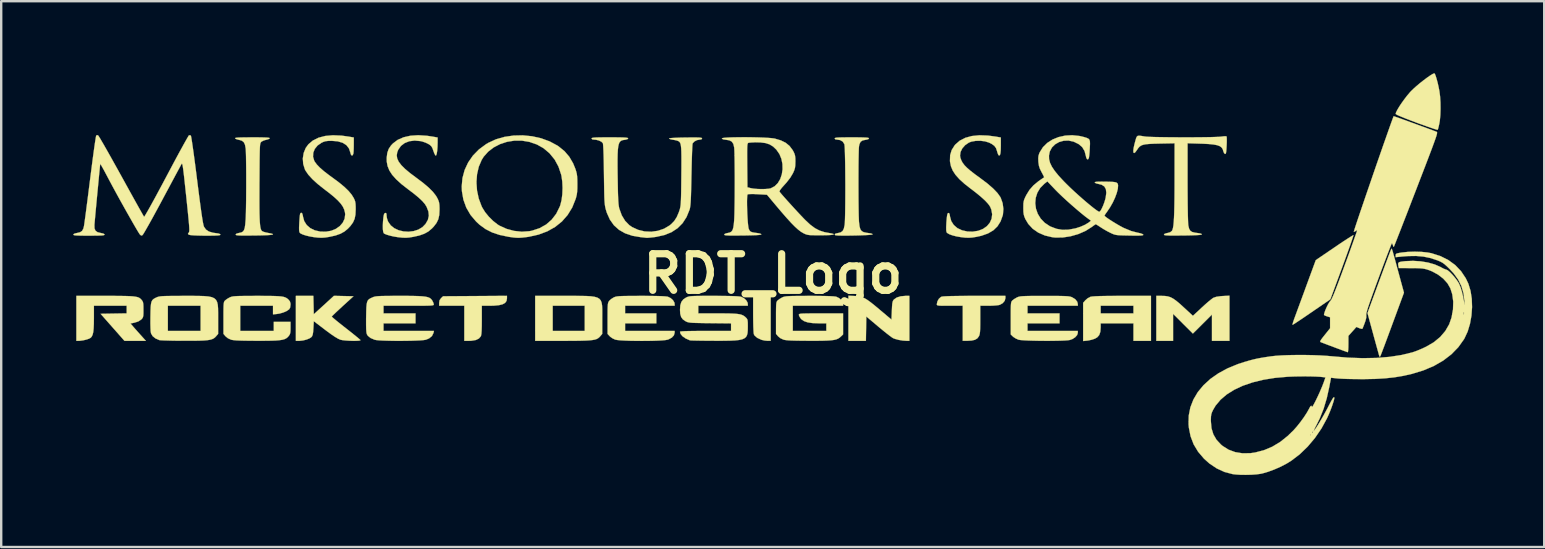
<source format=kicad_pcb>
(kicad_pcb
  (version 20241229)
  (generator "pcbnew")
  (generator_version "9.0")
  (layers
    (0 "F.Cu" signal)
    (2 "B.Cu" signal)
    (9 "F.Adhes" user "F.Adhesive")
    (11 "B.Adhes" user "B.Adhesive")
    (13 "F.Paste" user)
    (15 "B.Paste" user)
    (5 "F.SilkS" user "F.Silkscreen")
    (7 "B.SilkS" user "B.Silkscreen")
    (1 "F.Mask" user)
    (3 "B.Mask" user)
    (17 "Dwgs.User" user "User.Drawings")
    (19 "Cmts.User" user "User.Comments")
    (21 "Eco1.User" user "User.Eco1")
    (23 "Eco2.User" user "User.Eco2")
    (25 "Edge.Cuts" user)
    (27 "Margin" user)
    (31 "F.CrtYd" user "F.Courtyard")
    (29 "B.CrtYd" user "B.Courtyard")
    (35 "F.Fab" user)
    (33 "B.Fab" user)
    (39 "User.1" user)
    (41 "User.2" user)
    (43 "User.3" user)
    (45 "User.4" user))
  (footprint "RDT_Logo"
    (layer "F.Cu")
    (at 29.151 8.355)
    (property "Reference" "RDT_Logo" (at 0 0 0) (layer "F.SilkS") (effects (font (size 1.524 1.524) (thickness 0.3))))
    (attr through_hole)
    (fp_poly (pts (xy -0.095 2.794) (xy -0.23 2.793) (xy -0.351 2.781) (xy -0.469 2.754) (xy -0.484 2.749) (xy -0.653 2.671) (xy -0.761 2.58) (xy -0.795 2.52) (xy -0.804 2.467) (xy -0.811 2.36) (xy -0.818 2.209) (xy -0.822 2.025) (xy -0.825 1.817) (xy -0.826 1.681) (xy -0.826 0.921) (xy -0.095 0.921) (xy -0.095 2.794)) (stroke (width 0.01) (type solid)) (fill yes) (layer "F.SilkS"))
    (fp_poly (pts (xy -11.081 1.025) (xy -11.099 1.13) (xy -11.157 1.211) (xy -11.26 1.27) (xy -11.412 1.308) (xy -11.618 1.328) (xy -11.803 1.333) (xy -12.129 1.333) (xy -12.129 1.929) (xy -12.131 2.179) (xy -12.137 2.37) (xy -12.147 2.504) (xy -12.162 2.585) (xy -12.169 2.603) (xy -12.251 2.698) (xy -12.385 2.761) (xy -12.566 2.791) (xy -12.644 2.794) (xy -12.859 2.794) (xy -12.859 1.333) (xy -13.906 1.333) (xy -13.906 1.212) (xy -13.889 1.101) (xy -13.826 1.015) (xy -13.825 1.014) (xy -13.743 0.937) (xy -11.081 0.919) (xy -11.081 1.025)) (stroke (width 0.01) (type solid)) (fill yes) (layer "F.SilkS"))
    (fp_poly (pts (xy 19.018 2.794) (xy 18.288 2.794) (xy 18.288 1.7) (xy 17.891 2.096) (xy 17.494 2.491) (xy 17.081 2.08) (xy 16.669 1.668) (xy 16.669 2.794) (xy 15.97 2.794) (xy 15.97 0.921) (xy 16.187 0.921) (xy 16.331 0.925) (xy 16.455 0.943) (xy 16.568 0.98) (xy 16.683 1.042) (xy 16.811 1.134) (xy 16.963 1.262) (xy 17.101 1.388) (xy 17.495 1.751) (xy 17.868 1.404) (xy 18.004 1.28) (xy 18.132 1.168) (xy 18.243 1.077) (xy 18.324 1.016) (xy 18.352 0.999) (xy 18.473 0.958) (xy 18.653 0.933) (xy 18.74 0.927) (xy 19.018 0.913) (xy 19.018 2.794)) (stroke (width 0.01) (type solid)) (fill yes) (layer "F.SilkS"))
    (fp_poly (pts (xy 15.748 2.794) (xy 15.018 2.794) (xy 15.018 2.064) (xy 13.652 2.064) (xy 13.652 2.239) (xy 13.638 2.419) (xy 13.592 2.552) (xy 13.509 2.647) (xy 13.413 2.703) (xy 13.29 2.745) (xy 13.15 2.777) (xy 13.094 2.785) (xy 12.922 2.803) (xy 12.922 1.333) (xy 13.652 1.333) (xy 13.652 1.651) (xy 15.018 1.651) (xy 15.018 1.333) (xy 13.652 1.333) (xy 12.922 1.333) (xy 12.922 1.209) (xy 13.016 1.102) (xy 13.106 1.024) (xy 13.211 0.966) (xy 13.234 0.958) (xy 13.301 0.947) (xy 13.42 0.938) (xy 13.594 0.93) (xy 13.824 0.925) (xy 14.114 0.922) (xy 14.464 0.921) (xy 14.553 0.921) (xy 15.748 0.921) (xy 15.748 2.794)) (stroke (width 0.01) (type solid)) (fill yes) (layer "F.SilkS"))
    (fp_poly (pts (xy -8.692 0.921) (xy -8.334 0.921) (xy -8.035 0.922) (xy -7.788 0.926) (xy -7.59 0.937) (xy -7.435 0.959) (xy -7.317 0.993) (xy -7.232 1.043) (xy -7.174 1.112) (xy -7.138 1.204) (xy -7.119 1.32) (xy -7.112 1.465) (xy -7.111 1.64) (xy -7.112 1.846) (xy -7.112 2.503) (xy -7.194 2.601) (xy -7.237 2.647) (xy -7.285 2.686) (xy -7.343 2.717) (xy -7.418 2.742) (xy -7.517 2.76) (xy -7.645 2.774) (xy -7.808 2.783) (xy -8.014 2.789) (xy -8.267 2.793) (xy -8.574 2.794) (xy -8.753 2.794) (xy -9.906 2.794) (xy -9.906 1.333) (xy -9.176 1.333) (xy -9.176 2.381) (xy -7.842 2.381) (xy -7.842 1.333) (xy -9.176 1.333) (xy -9.906 1.333) (xy -9.906 0.921) (xy -8.692 0.921)) (stroke (width 0.01) (type solid)) (fill yes) (layer "F.SilkS"))
    (fp_poly (pts (xy 24.176 -1.577) (xy 24.148 -1.491) (xy 24.103 -1.358) (xy 24.043 -1.183) (xy 23.968 -0.973) (xy 23.882 -0.734) (xy 23.787 -0.472) (xy 23.711 -0.264) (xy 23.222 1.064) (xy 22.446 1.595) (xy 22.249 1.73) (xy 22.07 1.852) (xy 21.913 1.957) (xy 21.787 2.04) (xy 21.697 2.098) (xy 21.651 2.126) (xy 21.647 2.127) (xy 21.646 2.1) (xy 21.665 2.027) (xy 21.699 1.923) (xy 21.714 1.881) (xy 21.746 1.794) (xy 21.797 1.656) (xy 21.863 1.475) (xy 21.942 1.261) (xy 22.03 1.022) (xy 22.124 0.767) (xy 22.209 0.533) (xy 22.614 -0.569) (xy 23.39 -1.097) (xy 23.586 -1.23) (xy 23.765 -1.35) (xy 23.921 -1.451) (xy 24.046 -1.531) (xy 24.134 -1.585) (xy 24.179 -1.609) (xy 24.183 -1.609) (xy 24.176 -1.577)) (stroke (width 0.01) (type solid)) (fill yes) (layer "F.SilkS"))
    (fp_poly (pts (xy 3.405 0.926) (xy 3.526 0.934) (xy 3.631 0.95) (xy 3.73 0.98) (xy 3.832 1.027) (xy 3.945 1.097) (xy 4.078 1.194) (xy 4.241 1.324) (xy 4.442 1.492) (xy 4.445 1.495) (xy 4.937 1.909) (xy 4.953 1.528) (xy 4.961 1.364) (xy 4.97 1.249) (xy 4.984 1.173) (xy 5.003 1.121) (xy 5.032 1.081) (xy 5.041 1.071) (xy 5.158 0.989) (xy 5.323 0.938) (xy 5.52 0.921) (xy 5.683 0.921) (xy 5.683 2.794) (xy 5.561 2.794) (xy 5.407 2.783) (xy 5.239 2.755) (xy 5.087 2.714) (xy 5.006 2.683) (xy 4.952 2.648) (xy 4.858 2.579) (xy 4.734 2.483) (xy 4.589 2.366) (xy 4.432 2.237) (xy 4.397 2.208) (xy 3.889 1.78) (xy 3.872 2.794) (xy 3.143 2.794) (xy 3.143 0.914) (xy 3.405 0.926)) (stroke (width 0.01) (type solid)) (fill yes) (layer "F.SilkS"))
    (fp_poly (pts (xy 25.784 -1.028) (xy 25.799 -0.989) (xy 25.82 -0.921) (xy 25.849 -0.819) (xy 25.889 -0.676) (xy 25.941 -0.487) (xy 26.006 -0.246) (xy 26.048 -0.09) (xy 26.287 0.788) (xy 25.81 2.082) (xy 25.709 2.356) (xy 25.614 2.612) (xy 25.528 2.844) (xy 25.452 3.047) (xy 25.389 3.212) (xy 25.342 3.335) (xy 25.313 3.408) (xy 25.305 3.427) (xy 25.28 3.46) (xy 25.262 3.435) (xy 25.26 3.429) (xy 25.247 3.387) (xy 25.221 3.292) (xy 25.182 3.152) (xy 25.133 2.976) (xy 25.077 2.771) (xy 25.015 2.547) (xy 25.005 2.508) (xy 24.767 1.635) (xy 25.246 0.333) (xy 25.347 0.059) (xy 25.442 -0.198) (xy 25.528 -0.431) (xy 25.604 -0.633) (xy 25.667 -0.8) (xy 25.714 -0.923) (xy 25.743 -0.997) (xy 25.751 -1.016) (xy 25.759 -1.033) (xy 25.766 -1.044) (xy 25.774 -1.045) (xy 25.784 -1.028)) (stroke (width 0.01) (type solid)) (fill yes) (layer "F.SilkS"))
    (fp_poly (pts (xy 9.684 1.014) (xy 9.654 1.127) (xy 9.574 1.223) (xy 9.458 1.29) (xy 9.414 1.303) (xy 9.327 1.315) (xy 9.197 1.326) (xy 9.046 1.332) (xy 8.961 1.333) (xy 8.636 1.333) (xy 8.636 1.913) (xy 8.635 2.127) (xy 8.632 2.289) (xy 8.626 2.407) (xy 8.615 2.492) (xy 8.601 2.554) (xy 8.58 2.603) (xy 8.514 2.692) (xy 8.414 2.751) (xy 8.271 2.783) (xy 8.104 2.792) (xy 7.906 2.794) (xy 7.906 1.333) (xy 7.366 1.333) (xy 7.169 1.333) (xy 7.028 1.332) (xy 6.931 1.328) (xy 6.872 1.32) (xy 6.841 1.308) (xy 6.828 1.291) (xy 6.826 1.267) (xy 6.85 1.151) (xy 6.911 1.043) (xy 6.995 0.968) (xy 7.024 0.955) (xy 7.085 0.945) (xy 7.208 0.937) (xy 7.39 0.93) (xy 7.63 0.926) (xy 7.925 0.922) (xy 8.274 0.921) (xy 8.403 0.921) (xy 9.684 0.921) (xy 9.684 1.014)) (stroke (width 0.01) (type solid)) (fill yes) (layer "F.SilkS"))
    (fp_poly (pts (xy 27.577 -8.321) (xy 27.609 -8.241) (xy 27.646 -8.121) (xy 27.686 -7.974) (xy 27.724 -7.809) (xy 27.758 -7.64) (xy 27.764 -7.608) (xy 27.792 -7.388) (xy 27.808 -7.135) (xy 27.811 -6.87) (xy 27.803 -6.613) (xy 27.782 -6.386) (xy 27.762 -6.266) (xy 27.736 -6.147) (xy 27.712 -6.053) (xy 27.694 -6.002) (xy 27.691 -5.997) (xy 27.657 -6.003) (xy 27.571 -6.028) (xy 27.441 -6.071) (xy 27.275 -6.128) (xy 27.079 -6.198) (xy 26.862 -6.276) (xy 26.805 -6.298) (xy 26.536 -6.399) (xy 26.313 -6.486) (xy 26.14 -6.557) (xy 26.018 -6.611) (xy 25.952 -6.648) (xy 25.94 -6.661) (xy 25.959 -6.728) (xy 26.012 -6.833) (xy 26.091 -6.965) (xy 26.19 -7.114) (xy 26.301 -7.268) (xy 26.416 -7.418) (xy 26.529 -7.552) (xy 26.573 -7.6) (xy 26.679 -7.704) (xy 26.808 -7.82) (xy 26.952 -7.941) (xy 27.1 -8.058) (xy 27.243 -8.165) (xy 27.371 -8.254) (xy 27.474 -8.318) (xy 27.542 -8.349) (xy 27.553 -8.35) (xy 27.577 -8.321)) (stroke (width 0.01) (type solid)) (fill yes) (layer "F.SilkS"))
    (fp_poly (pts (xy -27.491 0.921) (xy -27.214 0.923) (xy -26.988 0.926) (xy -26.808 0.932) (xy -26.667 0.941) (xy -26.558 0.955) (xy -26.476 0.972) (xy -26.414 0.995) (xy -26.367 1.024) (xy -26.328 1.06) (xy -26.303 1.088) (xy -26.267 1.135) (xy -26.244 1.187) (xy -26.232 1.256) (xy -26.227 1.36) (xy -26.226 1.497) (xy -26.226 1.643) (xy -26.231 1.74) (xy -26.244 1.804) (xy -26.267 1.85) (xy -26.303 1.892) (xy -26.315 1.904) (xy -26.437 1.985) (xy -26.584 2.033) (xy -26.764 2.073) (xy -26.645 2.21) (xy -26.569 2.297) (xy -26.467 2.412) (xy -26.36 2.532) (xy -26.325 2.57) (xy -26.124 2.794) (xy -27.016 2.794) (xy -27.514 2.23) (xy -28.011 1.667) (xy -27.468 1.658) (xy -26.924 1.649) (xy -26.924 1.333) (xy -28.289 1.333) (xy -28.289 1.849) (xy -28.292 2.094) (xy -28.301 2.284) (xy -28.316 2.427) (xy -28.341 2.533) (xy -28.375 2.609) (xy -28.419 2.663) (xy -28.49 2.704) (xy -28.603 2.742) (xy -28.736 2.773) (xy -28.869 2.791) (xy -28.93 2.794) (xy -29.02 2.794) (xy -29.02 0.921) (xy -27.825 0.921) (xy -27.491 0.921)) (stroke (width 0.01) (type solid)) (fill yes) (layer "F.SilkS"))
    (fp_poly (pts (xy -17.883 0.928) (xy -17.476 0.937) (xy -17.927 1.349) (xy -18.067 1.479) (xy -18.19 1.593) (xy -18.288 1.687) (xy -18.354 1.753) (xy -18.38 1.783) (xy -18.381 1.784) (xy -18.357 1.809) (xy -18.291 1.867) (xy -18.188 1.953) (xy -18.055 2.06) (xy -17.899 2.184) (xy -17.788 2.271) (xy -17.62 2.403) (xy -17.47 2.523) (xy -17.344 2.625) (xy -17.25 2.703) (xy -17.194 2.752) (xy -17.182 2.765) (xy -17.205 2.78) (xy -17.277 2.79) (xy -17.387 2.794) (xy -17.519 2.794) (xy -17.66 2.789) (xy -17.798 2.78) (xy -17.919 2.767) (xy -18.01 2.75) (xy -18.02 2.747) (xy -18.116 2.705) (xy -18.248 2.627) (xy -18.42 2.51) (xy -18.634 2.352) (xy -18.653 2.337) (xy -19.129 1.975) (xy -19.145 2.27) (xy -19.156 2.424) (xy -19.172 2.527) (xy -19.196 2.595) (xy -19.222 2.632) (xy -19.304 2.69) (xy -19.428 2.74) (xy -19.573 2.777) (xy -19.718 2.794) (xy -19.738 2.794) (xy -19.875 2.794) (xy -19.875 0.921) (xy -19.147 0.921) (xy -19.138 1.304) (xy -19.129 1.686) (xy -18.709 1.303) (xy -18.29 0.919) (xy -17.883 0.928)) (stroke (width 0.01) (type solid)) (fill yes) (layer "F.SilkS"))
    (fp_poly (pts (xy -5.155 0.922) (xy -4.876 0.926) (xy -4.658 0.932) (xy -4.5 0.941) (xy -4.4 0.952) (xy -4.375 0.958) (xy -4.261 1.014) (xy -4.166 1.099) (xy -4.107 1.197) (xy -4.096 1.257) (xy -4.096 1.333) (xy -6.16 1.333) (xy -6.16 1.651) (xy -4.858 1.651) (xy -4.858 2.064) (xy -6.16 2.064) (xy -6.16 2.381) (xy -4.096 2.381) (xy -4.096 2.456) (xy -4.126 2.564) (xy -4.211 2.657) (xy -4.341 2.729) (xy -4.389 2.746) (xy -4.477 2.762) (xy -4.617 2.775) (xy -4.799 2.785) (xy -5.012 2.792) (xy -5.245 2.796) (xy -5.488 2.797) (xy -5.73 2.795) (xy -5.962 2.791) (xy -6.173 2.783) (xy -6.351 2.773) (xy -6.488 2.759) (xy -6.571 2.743) (xy -6.572 2.743) (xy -6.681 2.692) (xy -6.78 2.623) (xy -6.802 2.601) (xy -6.89 2.507) (xy -6.89 1.861) (xy -6.889 1.642) (xy -6.888 1.477) (xy -6.884 1.357) (xy -6.878 1.273) (xy -6.867 1.215) (xy -6.852 1.174) (xy -6.831 1.141) (xy -6.821 1.127) (xy -6.747 1.058) (xy -6.648 0.994) (xy -6.622 0.981) (xy -6.581 0.964) (xy -6.533 0.951) (xy -6.471 0.941) (xy -6.387 0.933) (xy -6.275 0.928) (xy -6.126 0.925) (xy -5.933 0.923) (xy -5.689 0.922) (xy -5.496 0.921) (xy -5.155 0.922)) (stroke (width 0.01) (type solid)) (fill yes) (layer "F.SilkS"))
    (fp_poly (pts (xy 11.603 0.922) (xy 11.831 0.923) (xy 12.011 0.926) (xy 12.149 0.93) (xy 12.252 0.935) (xy 12.329 0.943) (xy 12.387 0.954) (xy 12.433 0.968) (xy 12.466 0.982) (xy 12.596 1.063) (xy 12.676 1.164) (xy 12.7 1.261) (xy 12.7 1.333) (xy 10.604 1.333) (xy 10.604 1.651) (xy 11.938 1.651) (xy 11.938 2.064) (xy 10.604 2.064) (xy 10.604 2.381) (xy 12.7 2.381) (xy 12.7 2.464) (xy 12.671 2.554) (xy 12.593 2.643) (xy 12.481 2.717) (xy 12.369 2.758) (xy 12.287 2.77) (xy 12.153 2.78) (xy 11.978 2.787) (xy 11.771 2.791) (xy 11.544 2.794) (xy 11.306 2.794) (xy 11.068 2.792) (xy 10.84 2.787) (xy 10.633 2.781) (xy 10.456 2.772) (xy 10.32 2.761) (xy 10.236 2.749) (xy 10.228 2.746) (xy 10.118 2.698) (xy 10.017 2.633) (xy 9.997 2.616) (xy 9.906 2.528) (xy 9.906 1.853) (xy 9.906 1.629) (xy 9.907 1.46) (xy 9.911 1.337) (xy 9.916 1.251) (xy 9.926 1.193) (xy 9.939 1.155) (xy 9.958 1.128) (xy 9.977 1.109) (xy 10.053 1.051) (xy 10.152 0.993) (xy 10.176 0.981) (xy 10.216 0.965) (xy 10.263 0.952) (xy 10.323 0.941) (xy 10.404 0.934) (xy 10.514 0.929) (xy 10.66 0.925) (xy 10.848 0.923) (xy 11.087 0.922) (xy 11.319 0.922) (xy 11.603 0.922)) (stroke (width 0.01) (type solid)) (fill yes) (layer "F.SilkS"))
    (fp_poly (pts (xy -23.923 0.923) (xy -23.695 0.93) (xy -23.515 0.946) (xy -23.376 0.975) (xy -23.274 1.021) (xy -23.202 1.087) (xy -23.156 1.176) (xy -23.129 1.292) (xy -23.117 1.439) (xy -23.114 1.621) (xy -23.114 1.841) (xy -23.114 1.863) (xy -23.114 2.503) (xy -23.196 2.601) (xy -23.244 2.651) (xy -23.299 2.693) (xy -23.367 2.725) (xy -23.455 2.75) (xy -23.571 2.768) (xy -23.721 2.78) (xy -23.911 2.787) (xy -24.149 2.791) (xy -24.442 2.791) (xy -24.541 2.791) (xy -24.783 2.79) (xy -25.007 2.787) (xy -25.206 2.782) (xy -25.37 2.777) (xy -25.491 2.771) (xy -25.558 2.764) (xy -25.566 2.762) (xy -25.725 2.693) (xy -25.843 2.597) (xy -25.909 2.484) (xy -25.91 2.482) (xy -25.923 2.402) (xy -25.931 2.265) (xy -25.936 2.08) (xy -25.935 1.854) (xy -25.934 1.773) (xy -25.93 1.549) (xy -25.923 1.379) (xy -25.918 1.333) (xy -25.209 1.333) (xy -25.209 2.381) (xy -23.844 2.381) (xy -23.844 1.333) (xy -25.209 1.333) (xy -25.918 1.333) (xy -25.91 1.254) (xy -25.889 1.164) (xy -25.856 1.101) (xy -25.808 1.054) (xy -25.743 1.015) (xy -25.67 0.98) (xy -25.629 0.964) (xy -25.581 0.951) (xy -25.519 0.941) (xy -25.435 0.933) (xy -25.322 0.928) (xy -25.173 0.925) (xy -24.979 0.923) (xy -24.735 0.922) (xy -24.54 0.921) (xy -24.202 0.921) (xy -23.923 0.923)) (stroke (width 0.01) (type solid)) (fill yes) (layer "F.SilkS"))
    (fp_poly (pts (xy -15.229 0.921) (xy -14.971 0.924) (xy -14.763 0.93) (xy -14.599 0.94) (xy -14.473 0.955) (xy -14.378 0.976) (xy -14.308 1.004) (xy -14.255 1.04) (xy -14.215 1.085) (xy -14.189 1.123) (xy -14.149 1.205) (xy -14.129 1.272) (xy -14.129 1.278) (xy -14.132 1.293) (xy -14.147 1.305) (xy -14.18 1.315) (xy -14.236 1.322) (xy -14.323 1.327) (xy -14.446 1.33) (xy -14.612 1.332) (xy -14.828 1.333) (xy -15.099 1.333) (xy -15.177 1.333) (xy -16.224 1.333) (xy -16.224 1.651) (xy -14.891 1.651) (xy -14.891 2.064) (xy -16.224 2.064) (xy -16.224 2.381) (xy -14.122 2.381) (xy -14.144 2.469) (xy -14.207 2.596) (xy -14.325 2.692) (xy -14.458 2.747) (xy -14.54 2.761) (xy -14.675 2.773) (xy -14.851 2.782) (xy -15.059 2.789) (xy -15.288 2.793) (xy -15.527 2.795) (xy -15.766 2.794) (xy -15.994 2.79) (xy -16.201 2.784) (xy -16.376 2.776) (xy -16.509 2.764) (xy -16.589 2.75) (xy -16.59 2.75) (xy -16.764 2.676) (xy -16.879 2.582) (xy -16.921 2.511) (xy -16.936 2.441) (xy -16.946 2.313) (xy -16.95 2.125) (xy -16.95 1.877) (xy -16.948 1.802) (xy -16.944 1.572) (xy -16.938 1.397) (xy -16.926 1.267) (xy -16.906 1.174) (xy -16.875 1.108) (xy -16.83 1.061) (xy -16.767 1.022) (xy -16.684 0.985) (xy -16.674 0.98) (xy -16.63 0.963) (xy -16.581 0.95) (xy -16.517 0.94) (xy -16.433 0.932) (xy -16.32 0.927) (xy -16.171 0.924) (xy -15.979 0.922) (xy -15.735 0.921) (xy -15.545 0.921) (xy -15.229 0.921)) (stroke (width 0.01) (type solid)) (fill yes) (layer "F.SilkS"))
    (fp_poly (pts (xy -21.19 0.922) (xy -20.945 0.923) (xy -20.749 0.928) (xy -20.595 0.935) (xy -20.477 0.946) (xy -20.387 0.962) (xy -20.318 0.984) (xy -20.263 1.012) (xy -20.215 1.047) (xy -20.185 1.074) (xy -20.124 1.149) (xy -20.1 1.237) (xy -20.098 1.29) (xy -20.114 1.409) (xy -20.153 1.479) (xy -20.252 1.549) (xy -20.392 1.611) (xy -20.551 1.657) (xy -20.656 1.674) (xy -20.828 1.692) (xy -20.828 1.333) (xy -22.193 1.333) (xy -22.193 2.381) (xy -20.796 2.381) (xy -20.796 2) (xy -20.098 2) (xy -20.098 2.252) (xy -20.1 2.384) (xy -20.11 2.471) (xy -20.132 2.533) (xy -20.17 2.589) (xy -20.18 2.601) (xy -20.228 2.652) (xy -20.283 2.693) (xy -20.353 2.726) (xy -20.442 2.75) (xy -20.56 2.768) (xy -20.711 2.781) (xy -20.905 2.788) (xy -21.146 2.791) (xy -21.443 2.792) (xy -21.508 2.792) (xy -21.801 2.79) (xy -22.036 2.787) (xy -22.222 2.782) (xy -22.364 2.775) (xy -22.47 2.765) (xy -22.547 2.753) (xy -22.58 2.744) (xy -22.707 2.686) (xy -22.806 2.605) (xy -22.81 2.601) (xy -22.892 2.503) (xy -22.892 1.84) (xy -22.892 1.619) (xy -22.89 1.452) (xy -22.887 1.331) (xy -22.881 1.247) (xy -22.871 1.19) (xy -22.857 1.153) (xy -22.838 1.126) (xy -22.82 1.109) (xy -22.745 1.051) (xy -22.646 0.993) (xy -22.622 0.981) (xy -22.581 0.965) (xy -22.534 0.951) (xy -22.473 0.941) (xy -22.391 0.934) (xy -22.28 0.928) (xy -22.133 0.925) (xy -21.943 0.923) (xy -21.701 0.922) (xy -21.492 0.921) (xy -21.19 0.922)) (stroke (width 0.01) (type solid)) (fill yes) (layer "F.SilkS"))
    (fp_poly (pts (xy 1.862 0.922) (xy 2.141 0.926) (xy 2.359 0.932) (xy 2.517 0.941) (xy 2.617 0.952) (xy 2.641 0.958) (xy 2.756 1.014) (xy 2.851 1.099) (xy 2.91 1.197) (xy 2.921 1.257) (xy 2.921 1.333) (xy 0.826 1.333) (xy 0.826 2.381) (xy 2.223 2.381) (xy 2.223 2.064) (xy 1.895 2.064) (xy 1.642 2.054) (xy 1.443 2.024) (xy 1.292 1.971) (xy 1.184 1.895) (xy 1.161 1.87) (xy 1.108 1.793) (xy 1.081 1.724) (xy 1.079 1.712) (xy 1.082 1.694) (xy 1.094 1.681) (xy 1.121 1.67) (xy 1.172 1.662) (xy 1.252 1.657) (xy 1.369 1.654) (xy 1.529 1.652) (xy 1.739 1.651) (xy 2 1.651) (xy 2.921 1.651) (xy 2.921 2.528) (xy 2.83 2.615) (xy 2.775 2.663) (xy 2.714 2.702) (xy 2.642 2.732) (xy 2.549 2.755) (xy 2.431 2.771) (xy 2.278 2.782) (xy 2.084 2.789) (xy 1.842 2.792) (xy 1.544 2.792) (xy 1.511 2.792) (xy 1.219 2.79) (xy 0.983 2.787) (xy 0.797 2.782) (xy 0.655 2.775) (xy 0.549 2.765) (xy 0.472 2.753) (xy 0.439 2.744) (xy 0.312 2.686) (xy 0.213 2.605) (xy 0.209 2.601) (xy 0.127 2.503) (xy 0.127 1.84) (xy 0.127 1.619) (xy 0.129 1.452) (xy 0.132 1.331) (xy 0.138 1.247) (xy 0.147 1.19) (xy 0.162 1.153) (xy 0.181 1.126) (xy 0.198 1.109) (xy 0.274 1.051) (xy 0.373 0.993) (xy 0.397 0.981) (xy 0.437 0.964) (xy 0.485 0.951) (xy 0.546 0.941) (xy 0.628 0.934) (xy 0.74 0.928) (xy 0.887 0.925) (xy 1.079 0.923) (xy 1.321 0.922) (xy 1.52 0.921) (xy 1.862 0.922)) (stroke (width 0.01) (type solid)) (fill yes) (layer "F.SilkS"))
    (fp_poly (pts (xy -2.121 0.922) (xy -1.839 0.926) (xy -1.618 0.932) (xy -1.457 0.941) (xy -1.355 0.952) (xy -1.327 0.958) (xy -1.213 1.014) (xy -1.118 1.099) (xy -1.059 1.197) (xy -1.048 1.257) (xy -1.048 1.333) (xy -3.111 1.333) (xy -3.111 1.651) (xy -2.298 1.651) (xy -2.016 1.652) (xy -1.79 1.655) (xy -1.612 1.662) (xy -1.474 1.674) (xy -1.368 1.691) (xy -1.287 1.716) (xy -1.222 1.748) (xy -1.166 1.789) (xy -1.14 1.813) (xy -1.098 1.855) (xy -1.071 1.896) (xy -1.056 1.951) (xy -1.049 2.036) (xy -1.048 2.165) (xy -1.048 2.215) (xy -1.05 2.353) (xy -1.059 2.467) (xy -1.082 2.56) (xy -1.123 2.633) (xy -1.189 2.689) (xy -1.284 2.731) (xy -1.414 2.759) (xy -1.584 2.777) (xy -1.801 2.787) (xy -2.069 2.791) (xy -2.395 2.792) (xy -2.458 2.791) (xy -2.7 2.79) (xy -2.923 2.788) (xy -3.117 2.785) (xy -3.276 2.782) (xy -3.391 2.778) (xy -3.453 2.774) (xy -3.461 2.772) (xy -3.635 2.696) (xy -3.767 2.605) (xy -3.849 2.506) (xy -3.873 2.415) (xy -3.845 2.404) (xy -3.758 2.396) (xy -3.611 2.389) (xy -3.404 2.385) (xy -3.136 2.382) (xy -2.81 2.381) (xy -1.746 2.381) (xy -1.746 2.067) (xy -2.627 2.058) (xy -2.888 2.055) (xy -3.093 2.051) (xy -3.251 2.047) (xy -3.369 2.042) (xy -3.457 2.034) (xy -3.521 2.023) (xy -3.57 2.01) (xy -3.613 1.992) (xy -3.643 1.976) (xy -3.754 1.899) (xy -3.825 1.802) (xy -3.863 1.67) (xy -3.873 1.502) (xy -3.86 1.314) (xy -3.816 1.173) (xy -3.735 1.068) (xy -3.621 0.992) (xy -3.58 0.972) (xy -3.538 0.957) (xy -3.489 0.944) (xy -3.425 0.935) (xy -3.338 0.929) (xy -3.222 0.925) (xy -3.068 0.922) (xy -2.869 0.921) (xy -2.618 0.921) (xy -2.466 0.921) (xy -2.121 0.922)) (stroke (width 0.01) (type solid)) (fill yes) (layer "F.SilkS"))
    (fp_poly (pts (xy 3.523 -5.683) (xy 3.704 -5.68) (xy 3.834 -5.676) (xy 3.922 -5.67) (xy 3.974 -5.661) (xy 3.998 -5.648) (xy 4 -5.64) (xy 3.97 -5.606) (xy 3.881 -5.583) (xy 3.854 -5.58) (xy 3.73 -5.553) (xy 3.651 -5.498) (xy 3.604 -5.402) (xy 3.585 -5.312) (xy 3.579 -5.243) (xy 3.574 -5.118) (xy 3.57 -4.946) (xy 3.566 -4.735) (xy 3.563 -4.493) (xy 3.562 -4.228) (xy 3.561 -3.948) (xy 3.561 -3.662) (xy 3.562 -3.377) (xy 3.563 -3.102) (xy 3.566 -2.845) (xy 3.569 -2.613) (xy 3.573 -2.416) (xy 3.579 -2.261) (xy 3.584 -2.156) (xy 3.585 -2.151) (xy 3.606 -1.978) (xy 3.639 -1.858) (xy 3.694 -1.78) (xy 3.779 -1.733) (xy 3.903 -1.706) (xy 3.957 -1.699) (xy 4.08 -1.681) (xy 4.143 -1.658) (xy 4.15 -1.64) (xy 4.117 -1.63) (xy 4.031 -1.621) (xy 3.902 -1.612) (xy 3.742 -1.605) (xy 3.561 -1.598) (xy 3.369 -1.594) (xy 3.177 -1.591) (xy 2.996 -1.59) (xy 2.837 -1.591) (xy 2.709 -1.594) (xy 2.624 -1.601) (xy 2.593 -1.608) (xy 2.573 -1.645) (xy 2.605 -1.673) (xy 2.693 -1.694) (xy 2.711 -1.696) (xy 2.825 -1.726) (xy 2.902 -1.783) (xy 2.952 -1.879) (xy 2.984 -2.025) (xy 2.986 -2.037) (xy 2.994 -2.123) (xy 3 -2.261) (xy 3.005 -2.443) (xy 3.009 -2.662) (xy 3.012 -2.91) (xy 3.014 -3.18) (xy 3.015 -3.463) (xy 3.015 -3.753) (xy 3.013 -4.042) (xy 3.011 -4.322) (xy 3.008 -4.585) (xy 3.003 -4.824) (xy 2.998 -5.032) (xy 2.992 -5.201) (xy 2.985 -5.323) (xy 2.977 -5.39) (xy 2.975 -5.397) (xy 2.907 -5.506) (xy 2.796 -5.57) (xy 2.675 -5.588) (xy 2.596 -5.6) (xy 2.572 -5.636) (xy 2.579 -5.651) (xy 2.606 -5.663) (xy 2.661 -5.672) (xy 2.749 -5.677) (xy 2.88 -5.681) (xy 3.06 -5.683) (xy 3.286 -5.683) (xy 3.523 -5.683)) (stroke (width 0.01) (type solid)) (fill yes) (layer "F.SilkS"))
    (fp_poly (pts (xy -21.44 -5.683) (xy -21.253 -5.68) (xy -21.118 -5.676) (xy -21.028 -5.669) (xy -20.978 -5.659) (xy -20.962 -5.647) (xy -20.963 -5.644) (xy -21 -5.615) (xy -21.077 -5.589) (xy -21.115 -5.581) (xy -21.217 -5.551) (xy -21.302 -5.507) (xy -21.319 -5.492) (xy -21.333 -5.476) (xy -21.345 -5.456) (xy -21.356 -5.426) (xy -21.364 -5.381) (xy -21.371 -5.315) (xy -21.376 -5.224) (xy -21.38 -5.102) (xy -21.383 -4.944) (xy -21.386 -4.744) (xy -21.388 -4.497) (xy -21.39 -4.198) (xy -21.392 -3.841) (xy -21.393 -3.806) (xy -21.394 -3.402) (xy -21.395 -3.055) (xy -21.394 -2.763) (xy -21.391 -2.52) (xy -21.385 -2.321) (xy -21.378 -2.161) (xy -21.367 -2.036) (xy -21.354 -1.941) (xy -21.338 -1.871) (xy -21.319 -1.822) (xy -21.295 -1.788) (xy -21.29 -1.782) (xy -21.236 -1.753) (xy -21.141 -1.724) (xy -21.035 -1.702) (xy -20.908 -1.678) (xy -20.84 -1.657) (xy -20.83 -1.639) (xy -20.879 -1.625) (xy -20.989 -1.613) (xy -21.16 -1.604) (xy -21.393 -1.598) (xy -21.606 -1.595) (xy -21.852 -1.593) (xy -22.041 -1.592) (xy -22.18 -1.594) (xy -22.278 -1.598) (xy -22.339 -1.605) (xy -22.372 -1.616) (xy -22.383 -1.629) (xy -22.384 -1.633) (xy -22.353 -1.67) (xy -22.26 -1.697) (xy -22.239 -1.701) (xy -22.149 -1.721) (xy -22.084 -1.756) (xy -22.038 -1.816) (xy -22.006 -1.911) (xy -21.985 -2.051) (xy -21.969 -2.243) (xy -21.968 -2.248) (xy -21.962 -2.38) (xy -21.956 -2.561) (xy -21.952 -2.782) (xy -21.948 -3.032) (xy -21.946 -3.304) (xy -21.944 -3.588) (xy -21.944 -3.876) (xy -21.944 -4.159) (xy -21.946 -4.427) (xy -21.949 -4.672) (xy -21.952 -4.885) (xy -21.957 -5.056) (xy -21.963 -5.177) (xy -21.966 -5.216) (xy -21.994 -5.371) (xy -22.041 -5.475) (xy -22.118 -5.54) (xy -22.233 -5.577) (xy -22.256 -5.581) (xy -22.343 -5.604) (xy -22.399 -5.632) (xy -22.408 -5.644) (xy -22.398 -5.657) (xy -22.356 -5.667) (xy -22.275 -5.674) (xy -22.149 -5.679) (xy -21.972 -5.682) (xy -21.74 -5.683) (xy -21.685 -5.683) (xy -21.44 -5.683)) (stroke (width 0.01) (type solid)) (fill yes) (layer "F.SilkS"))
    (fp_poly (pts (xy -10.033 -5.728) (xy -9.658 -5.644) (xy -9.303 -5.514) (xy -8.979 -5.34) (xy -8.933 -5.309) (xy -8.686 -5.109) (xy -8.486 -4.876) (xy -8.326 -4.602) (xy -8.234 -4.378) (xy -8.198 -4.267) (xy -8.173 -4.166) (xy -8.158 -4.058) (xy -8.151 -3.922) (xy -8.149 -3.747) (xy -8.15 -3.561) (xy -8.157 -3.42) (xy -8.172 -3.303) (xy -8.198 -3.192) (xy -8.222 -3.111) (xy -8.363 -2.76) (xy -8.554 -2.449) (xy -8.791 -2.179) (xy -9.073 -1.952) (xy -9.398 -1.769) (xy -9.765 -1.632) (xy -10.171 -1.541) (xy -10.286 -1.525) (xy -10.445 -1.507) (xy -10.57 -1.499) (xy -10.683 -1.5) (xy -10.808 -1.511) (xy -10.966 -1.533) (xy -11.017 -1.541) (xy -11.38 -1.615) (xy -11.695 -1.72) (xy -11.973 -1.861) (xy -12.223 -2.043) (xy -12.363 -2.173) (xy -12.598 -2.45) (xy -12.776 -2.755) (xy -12.896 -3.085) (xy -12.958 -3.439) (xy -12.966 -3.635) (xy -12.951 -3.81) (xy -12.353 -3.81) (xy -12.329 -3.471) (xy -12.258 -3.136) (xy -12.139 -2.817) (xy -12.11 -2.758) (xy -11.994 -2.57) (xy -11.837 -2.378) (xy -11.657 -2.2) (xy -11.473 -2.055) (xy -11.395 -2.006) (xy -11.099 -1.871) (xy -10.784 -1.786) (xy -10.463 -1.752) (xy -10.15 -1.773) (xy -10.039 -1.795) (xy -9.725 -1.898) (xy -9.451 -2.051) (xy -9.219 -2.253) (xy -9.029 -2.5) (xy -8.884 -2.792) (xy -8.86 -2.857) (xy -8.807 -3.066) (xy -8.775 -3.313) (xy -8.765 -3.578) (xy -8.777 -3.84) (xy -8.811 -4.078) (xy -8.823 -4.13) (xy -8.935 -4.463) (xy -9.093 -4.755) (xy -9.3 -5.01) (xy -9.315 -5.026) (xy -9.56 -5.232) (xy -9.832 -5.385) (xy -10.142 -5.492) (xy -10.147 -5.494) (xy -10.46 -5.546) (xy -10.773 -5.546) (xy -11.079 -5.497) (xy -11.368 -5.402) (xy -11.632 -5.265) (xy -11.862 -5.089) (xy -12.051 -4.877) (xy -12.135 -4.742) (xy -12.256 -4.458) (xy -12.328 -4.143) (xy -12.353 -3.81) (xy -12.951 -3.81) (xy -12.935 -3.987) (xy -12.845 -4.322) (xy -12.698 -4.637) (xy -12.499 -4.924) (xy -12.249 -5.18) (xy -11.952 -5.399) (xy -11.867 -5.45) (xy -11.541 -5.601) (xy -11.184 -5.703) (xy -10.807 -5.758) (xy -10.42 -5.767) (xy -10.033 -5.728)) (stroke (width 0.01) (type solid)) (fill yes) (layer "F.SilkS"))
    (fp_poly (pts (xy 8.956 -5.757) (xy 9.281 -5.714) (xy 9.493 -5.677) (xy 9.493 -5.339) (xy 9.489 -5.152) (xy 9.477 -5.023) (xy 9.457 -4.949) (xy 9.427 -4.926) (xy 9.405 -4.933) (xy 9.379 -4.973) (xy 9.35 -5.054) (xy 9.335 -5.108) (xy 9.292 -5.235) (xy 9.222 -5.33) (xy 9.112 -5.41) (xy 9.001 -5.465) (xy 8.833 -5.517) (xy 8.64 -5.541) (xy 8.442 -5.536) (xy 8.263 -5.504) (xy 8.16 -5.464) (xy 8.005 -5.357) (xy 7.888 -5.224) (xy 7.815 -5.075) (xy 7.794 -4.923) (xy 7.807 -4.837) (xy 7.846 -4.729) (xy 7.899 -4.628) (xy 7.975 -4.526) (xy 8.08 -4.419) (xy 8.219 -4.298) (xy 8.399 -4.157) (xy 8.627 -3.991) (xy 8.636 -3.984) (xy 8.932 -3.761) (xy 9.169 -3.556) (xy 9.347 -3.371) (xy 9.466 -3.206) (xy 9.488 -3.166) (xy 9.568 -2.941) (xy 9.599 -2.702) (xy 9.581 -2.47) (xy 9.57 -2.425) (xy 9.481 -2.179) (xy 9.352 -1.975) (xy 9.179 -1.809) (xy 8.958 -1.68) (xy 8.686 -1.584) (xy 8.477 -1.538) (xy 8.303 -1.51) (xy 8.157 -1.5) (xy 8.008 -1.505) (xy 7.842 -1.524) (xy 7.646 -1.557) (xy 7.477 -1.6) (xy 7.343 -1.649) (xy 7.257 -1.701) (xy 7.232 -1.732) (xy 7.218 -1.808) (xy 7.216 -1.944) (xy 7.225 -2.137) (xy 7.227 -2.164) (xy 7.241 -2.325) (xy 7.255 -2.433) (xy 7.271 -2.497) (xy 7.292 -2.527) (xy 7.306 -2.533) (xy 7.339 -2.524) (xy 7.361 -2.474) (xy 7.375 -2.387) (xy 7.428 -2.194) (xy 7.532 -2.032) (xy 7.683 -1.902) (xy 7.874 -1.811) (xy 8.099 -1.761) (xy 8.32 -1.754) (xy 8.553 -1.791) (xy 8.753 -1.87) (xy 8.916 -1.985) (xy 9.036 -2.13) (xy 9.11 -2.297) (xy 9.132 -2.481) (xy 9.097 -2.675) (xy 9.047 -2.794) (xy 8.968 -2.909) (xy 8.837 -3.05) (xy 8.656 -3.214) (xy 8.431 -3.398) (xy 8.252 -3.534) (xy 7.983 -3.744) (xy 7.77 -3.937) (xy 7.607 -4.119) (xy 7.49 -4.297) (xy 7.415 -4.476) (xy 7.377 -4.662) (xy 7.373 -4.703) (xy 7.381 -4.942) (xy 7.445 -5.154) (xy 7.566 -5.347) (xy 7.597 -5.384) (xy 7.781 -5.545) (xy 8.01 -5.663) (xy 8.283 -5.738) (xy 8.599 -5.77) (xy 8.956 -5.757)) (stroke (width 0.01) (type solid)) (fill yes) (layer "F.SilkS"))
    (fp_poly (pts (xy -17.972 -5.755) (xy -17.675 -5.714) (xy -17.462 -5.677) (xy -17.463 -5.37) (xy -17.465 -5.229) (xy -17.47 -5.106) (xy -17.478 -5.018) (xy -17.483 -4.993) (xy -17.514 -4.932) (xy -17.552 -4.928) (xy -17.587 -4.977) (xy -17.604 -5.043) (xy -17.663 -5.22) (xy -17.771 -5.359) (xy -17.929 -5.458) (xy -18.135 -5.518) (xy -18.383 -5.538) (xy -18.529 -5.535) (xy -18.634 -5.523) (xy -18.722 -5.497) (xy -18.812 -5.455) (xy -18.973 -5.342) (xy -19.087 -5.202) (xy -19.15 -5.044) (xy -19.16 -4.877) (xy -19.112 -4.713) (xy -19.087 -4.667) (xy -18.999 -4.549) (xy -18.872 -4.417) (xy -18.699 -4.267) (xy -18.476 -4.096) (xy -18.354 -4.008) (xy -18.078 -3.803) (xy -17.856 -3.62) (xy -17.683 -3.453) (xy -17.554 -3.299) (xy -17.472 -3.168) (xy -17.43 -3.083) (xy -17.404 -3.006) (xy -17.39 -2.917) (xy -17.384 -2.798) (xy -17.383 -2.683) (xy -17.393 -2.465) (xy -17.428 -2.289) (xy -17.496 -2.137) (xy -17.603 -1.99) (xy -17.7 -1.886) (xy -17.845 -1.764) (xy -18.015 -1.669) (xy -18.222 -1.595) (xy -18.479 -1.538) (xy -18.654 -1.51) (xy -18.801 -1.5) (xy -18.951 -1.506) (xy -19.113 -1.524) (xy -19.291 -1.554) (xy -19.454 -1.593) (xy -19.588 -1.636) (xy -19.68 -1.68) (xy -19.711 -1.706) (xy -19.73 -1.747) (xy -19.74 -1.815) (xy -19.742 -1.923) (xy -19.735 -2.079) (xy -19.733 -2.127) (xy -19.722 -2.295) (xy -19.712 -2.411) (xy -19.701 -2.483) (xy -19.686 -2.522) (xy -19.665 -2.537) (xy -19.64 -2.54) (xy -19.609 -2.51) (xy -19.586 -2.426) (xy -19.58 -2.387) (xy -19.528 -2.194) (xy -19.423 -2.03) (xy -19.273 -1.9) (xy -19.083 -1.808) (xy -18.859 -1.758) (xy -18.626 -1.753) (xy -18.404 -1.791) (xy -18.208 -1.871) (xy -18.044 -1.987) (xy -17.921 -2.13) (xy -17.844 -2.295) (xy -17.821 -2.474) (xy -17.829 -2.549) (xy -17.861 -2.673) (xy -17.917 -2.795) (xy -18.004 -2.92) (xy -18.125 -3.054) (xy -18.287 -3.203) (xy -18.495 -3.372) (xy -18.706 -3.533) (xy -18.968 -3.741) (xy -19.186 -3.941) (xy -19.356 -4.127) (xy -19.472 -4.295) (xy -19.5 -4.349) (xy -19.57 -4.573) (xy -19.586 -4.805) (xy -19.55 -5.032) (xy -19.465 -5.241) (xy -19.355 -5.392) (xy -19.166 -5.552) (xy -18.931 -5.668) (xy -18.653 -5.741) (xy -18.332 -5.77) (xy -17.972 -5.755)) (stroke (width 0.01) (type solid)) (fill yes) (layer "F.SilkS"))
    (fp_poly (pts (xy -14.415 -5.749) (xy -14.168 -5.712) (xy -13.97 -5.676) (xy -13.97 -5.466) (xy -13.975 -5.285) (xy -13.987 -5.13) (xy -14.005 -5.012) (xy -14.027 -4.94) (xy -14.047 -4.921) (xy -14.074 -4.949) (xy -14.111 -5.022) (xy -14.146 -5.119) (xy -14.187 -5.234) (xy -14.23 -5.309) (xy -14.291 -5.366) (xy -14.351 -5.405) (xy -14.466 -5.461) (xy -14.606 -5.509) (xy -14.684 -5.527) (xy -14.93 -5.549) (xy -15.151 -5.521) (xy -15.342 -5.446) (xy -15.497 -5.328) (xy -15.61 -5.169) (xy -15.653 -5.06) (xy -15.673 -4.932) (xy -15.654 -4.803) (xy -15.592 -4.669) (xy -15.484 -4.526) (xy -15.328 -4.37) (xy -15.121 -4.196) (xy -14.864 -4.004) (xy -14.575 -3.787) (xy -14.343 -3.59) (xy -14.163 -3.41) (xy -14.034 -3.243) (xy -13.977 -3.143) (xy -13.935 -3.05) (xy -13.909 -2.965) (xy -13.896 -2.866) (xy -13.891 -2.734) (xy -13.891 -2.667) (xy -13.902 -2.448) (xy -13.942 -2.27) (xy -14.018 -2.114) (xy -14.137 -1.96) (xy -14.208 -1.886) (xy -14.353 -1.764) (xy -14.523 -1.669) (xy -14.73 -1.595) (xy -14.986 -1.538) (xy -15.15 -1.511) (xy -15.289 -1.5) (xy -15.429 -1.504) (xy -15.598 -1.521) (xy -15.637 -1.526) (xy -15.795 -1.552) (xy -15.95 -1.587) (xy -16.083 -1.626) (xy -16.18 -1.665) (xy -16.21 -1.684) (xy -16.235 -1.739) (xy -16.25 -1.845) (xy -16.253 -1.991) (xy -16.246 -2.167) (xy -16.229 -2.349) (xy -16.21 -2.458) (xy -16.184 -2.516) (xy -16.153 -2.534) (xy -16.116 -2.529) (xy -16.1 -2.485) (xy -16.097 -2.425) (xy -16.083 -2.32) (xy -16.046 -2.204) (xy -16.032 -2.172) (xy -15.924 -2.017) (xy -15.774 -1.897) (xy -15.592 -1.812) (xy -15.39 -1.764) (xy -15.178 -1.752) (xy -14.97 -1.777) (xy -14.774 -1.84) (xy -14.603 -1.942) (xy -14.472 -2.077) (xy -14.375 -2.247) (xy -14.336 -2.415) (xy -14.353 -2.591) (xy -14.428 -2.787) (xy -14.432 -2.794) (xy -14.502 -2.907) (xy -14.611 -3.032) (xy -14.76 -3.173) (xy -14.957 -3.336) (xy -15.199 -3.519) (xy -15.474 -3.733) (xy -15.693 -3.932) (xy -15.861 -4.119) (xy -15.98 -4.302) (xy -16.055 -4.486) (xy -16.09 -4.676) (xy -16.092 -4.833) (xy -16.066 -5.036) (xy -16.009 -5.199) (xy -15.912 -5.344) (xy -15.832 -5.429) (xy -15.633 -5.579) (xy -15.389 -5.686) (xy -15.102 -5.751) (xy -14.777 -5.772) (xy -14.415 -5.749)) (stroke (width 0.01) (type solid)) (fill yes) (layer "F.SilkS"))
    (fp_poly (pts (xy 15.341 -5.743) (xy 15.484 -5.72) (xy 15.494 -5.718) (xy 15.577 -5.71) (xy 15.714 -5.703) (xy 15.898 -5.697) (xy 16.12 -5.693) (xy 16.372 -5.689) (xy 16.646 -5.686) (xy 16.932 -5.685) (xy 17.223 -5.684) (xy 17.509 -5.685) (xy 17.784 -5.687) (xy 18.038 -5.69) (xy 18.263 -5.694) (xy 18.45 -5.7) (xy 18.592 -5.706) (xy 18.679 -5.714) (xy 18.684 -5.715) (xy 18.788 -5.728) (xy 18.865 -5.73) (xy 18.895 -5.722) (xy 18.903 -5.683) (xy 18.906 -5.594) (xy 18.905 -5.469) (xy 18.9 -5.34) (xy 18.891 -5.183) (xy 18.881 -5.079) (xy 18.869 -5.02) (xy 18.852 -4.994) (xy 18.832 -4.991) (xy 18.793 -5.027) (xy 18.762 -5.101) (xy 18.76 -5.111) (xy 18.733 -5.197) (xy 18.685 -5.265) (xy 18.611 -5.318) (xy 18.502 -5.357) (xy 18.353 -5.385) (xy 18.156 -5.405) (xy 17.905 -5.418) (xy 17.82 -5.42) (xy 17.272 -5.437) (xy 17.272 -3.822) (xy 17.273 -3.499) (xy 17.275 -3.19) (xy 17.277 -2.902) (xy 17.281 -2.642) (xy 17.285 -2.418) (xy 17.291 -2.235) (xy 17.296 -2.101) (xy 17.302 -2.023) (xy 17.303 -2.016) (xy 17.334 -1.884) (xy 17.382 -1.796) (xy 17.461 -1.742) (xy 17.583 -1.711) (xy 17.669 -1.7) (xy 17.794 -1.681) (xy 17.858 -1.658) (xy 17.866 -1.64) (xy 17.841 -1.627) (xy 17.77 -1.617) (xy 17.65 -1.609) (xy 17.477 -1.602) (xy 17.247 -1.597) (xy 17.071 -1.595) (xy 16.823 -1.593) (xy 16.632 -1.592) (xy 16.491 -1.594) (xy 16.392 -1.599) (xy 16.33 -1.606) (xy 16.298 -1.616) (xy 16.288 -1.63) (xy 16.288 -1.631) (xy 16.318 -1.666) (xy 16.406 -1.693) (xy 16.431 -1.697) (xy 16.547 -1.729) (xy 16.618 -1.786) (xy 16.625 -1.795) (xy 16.647 -1.843) (xy 16.666 -1.917) (xy 16.683 -2.02) (xy 16.696 -2.158) (xy 16.707 -2.333) (xy 16.716 -2.551) (xy 16.722 -2.815) (xy 16.727 -3.13) (xy 16.73 -3.5) (xy 16.731 -3.928) (xy 16.731 -3.98) (xy 16.732 -5.436) (xy 16.105 -5.424) (xy 15.859 -5.418) (xy 15.668 -5.408) (xy 15.522 -5.394) (xy 15.412 -5.371) (xy 15.33 -5.337) (xy 15.266 -5.29) (xy 15.212 -5.228) (xy 15.165 -5.158) (xy 15.097 -5.065) (xy 15.048 -5.029) (xy 15.019 -5.048) (xy 15.011 -5.118) (xy 15.024 -5.236) (xy 15.06 -5.399) (xy 15.091 -5.516) (xy 15.123 -5.63) (xy 15.151 -5.703) (xy 15.188 -5.741) (xy 15.247 -5.753) (xy 15.341 -5.743)) (stroke (width 0.01) (type solid)) (fill yes) (layer "F.SilkS"))
    (fp_poly (pts (xy 25.888 -6.555) (xy 25.969 -6.527) (xy 26.093 -6.484) (xy 26.252 -6.427) (xy 26.437 -6.36) (xy 26.639 -6.286) (xy 26.852 -6.209) (xy 27.065 -6.131) (xy 27.272 -6.055) (xy 27.463 -5.984) (xy 27.63 -5.921) (xy 27.644 -5.916) (xy 27.656 -5.909) (xy 27.664 -5.898) (xy 27.667 -5.877) (xy 27.663 -5.844) (xy 27.652 -5.793) (xy 27.631 -5.722) (xy 27.599 -5.627) (xy 27.555 -5.503) (xy 27.498 -5.347) (xy 27.427 -5.155) (xy 27.339 -4.924) (xy 27.234 -4.648) (xy 27.11 -4.325) (xy 26.965 -3.95) (xy 26.8 -3.52) (xy 26.797 -3.513) (xy 26.654 -3.143) (xy 26.518 -2.79) (xy 26.39 -2.459) (xy 26.271 -2.155) (xy 26.165 -1.88) (xy 26.071 -1.641) (xy 25.993 -1.442) (xy 25.932 -1.287) (xy 25.889 -1.18) (xy 25.867 -1.126) (xy 25.864 -1.12) (xy 25.846 -1.134) (xy 25.827 -1.187) (xy 25.804 -1.248) (xy 25.783 -1.27) (xy 25.768 -1.241) (xy 25.734 -1.158) (xy 25.682 -1.027) (xy 25.615 -0.854) (xy 25.535 -0.644) (xy 25.444 -0.403) (xy 25.344 -0.137) (xy 25.239 0.149) (xy 25.23 0.174) (xy 25.103 0.518) (xy 24.998 0.808) (xy 24.912 1.048) (xy 24.844 1.243) (xy 24.792 1.397) (xy 24.755 1.517) (xy 24.731 1.605) (xy 24.719 1.668) (xy 24.716 1.71) (xy 24.718 1.722) (xy 24.718 1.822) (xy 24.685 1.957) (xy 24.653 2.047) (xy 24.611 2.157) (xy 24.577 2.243) (xy 24.557 2.289) (xy 24.556 2.291) (xy 24.521 2.294) (xy 24.45 2.275) (xy 24.424 2.265) (xy 24.306 2.215) (xy 24.139 2.402) (xy 23.973 2.588) (xy 23.972 2.929) (xy 23.97 3.067) (xy 23.964 3.178) (xy 23.955 3.249) (xy 23.947 3.268) (xy 23.911 3.256) (xy 23.826 3.226) (xy 23.701 3.181) (xy 23.547 3.123) (xy 23.4 3.068) (xy 23.226 3.003) (xy 23.069 2.944) (xy 22.942 2.895) (xy 22.854 2.862) (xy 22.819 2.849) (xy 22.799 2.833) (xy 22.802 2.803) (xy 22.832 2.749) (xy 22.894 2.665) (xy 22.986 2.549) (xy 23.209 2.271) (xy 23.209 1.812) (xy 23.082 1.774) (xy 23.004 1.745) (xy 22.959 1.719) (xy 22.955 1.711) (xy 22.97 1.636) (xy 23.008 1.526) (xy 23.061 1.401) (xy 23.12 1.282) (xy 23.175 1.187) (xy 23.211 1.143) (xy 23.236 1.114) (xy 23.266 1.064) (xy 23.303 0.989) (xy 23.349 0.884) (xy 23.406 0.745) (xy 23.476 0.566) (xy 23.561 0.343) (xy 23.663 0.071) (xy 23.783 -0.255) (xy 23.823 -0.365) (xy 23.928 -0.651) (xy 24.025 -0.918) (xy 24.112 -1.161) (xy 24.188 -1.374) (xy 24.25 -1.551) (xy 24.297 -1.685) (xy 24.326 -1.773) (xy 24.335 -1.806) (xy 24.334 -1.806) (xy 24.304 -1.8) (xy 24.275 -1.78) (xy 24.221 -1.752) (xy 24.197 -1.751) (xy 24.205 -1.781) (xy 24.231 -1.866) (xy 24.274 -2) (xy 24.333 -2.177) (xy 24.405 -2.392) (xy 24.489 -2.64) (xy 24.583 -2.914) (xy 24.684 -3.211) (xy 24.791 -3.523) (xy 24.902 -3.846) (xy 25.015 -4.175) (xy 25.128 -4.503) (xy 25.24 -4.825) (xy 25.348 -5.136) (xy 25.451 -5.431) (xy 25.547 -5.703) (xy 25.633 -5.948) (xy 25.708 -6.159) (xy 25.77 -6.332) (xy 25.817 -6.461) (xy 25.847 -6.54) (xy 25.858 -6.564) (xy 25.888 -6.555)) (stroke (width 0.01) (type solid)) (fill yes) (layer "F.SilkS"))
    (fp_poly (pts (xy -6.549 -5.683) (xy -6.36 -5.681) (xy -6.221 -5.677) (xy -6.126 -5.671) (xy -6.067 -5.662) (xy -6.038 -5.651) (xy -6.032 -5.64) (xy -6.063 -5.606) (xy -6.153 -5.583) (xy -6.182 -5.579) (xy -6.252 -5.569) (xy -6.31 -5.55) (xy -6.358 -5.518) (xy -6.396 -5.468) (xy -6.425 -5.395) (xy -6.447 -5.292) (xy -6.462 -5.156) (xy -6.471 -4.98) (xy -6.475 -4.759) (xy -6.475 -4.489) (xy -6.472 -4.164) (xy -6.468 -3.934) (xy -6.463 -3.631) (xy -6.458 -3.384) (xy -6.451 -3.187) (xy -6.443 -3.031) (xy -6.434 -2.91) (xy -6.422 -2.816) (xy -6.408 -2.742) (xy -6.401 -2.715) (xy -6.299 -2.435) (xy -6.161 -2.207) (xy -5.986 -2.027) (xy -5.869 -1.946) (xy -5.616 -1.829) (xy -5.345 -1.764) (xy -5.067 -1.752) (xy -4.793 -1.79) (xy -4.535 -1.878) (xy -4.303 -2.016) (xy -4.236 -2.071) (xy -4.11 -2.203) (xy -4.009 -2.36) (xy -3.923 -2.56) (xy -3.902 -2.622) (xy -3.883 -2.68) (xy -3.868 -2.737) (xy -3.856 -2.799) (xy -3.846 -2.873) (xy -3.839 -2.967) (xy -3.833 -3.087) (xy -3.828 -3.24) (xy -3.824 -3.434) (xy -3.821 -3.675) (xy -3.818 -3.97) (xy -3.817 -4.076) (xy -3.814 -4.408) (xy -3.813 -4.683) (xy -3.814 -4.907) (xy -3.817 -5.084) (xy -3.823 -5.222) (xy -3.834 -5.325) (xy -3.848 -5.4) (xy -3.867 -5.453) (xy -3.891 -5.489) (xy -3.921 -5.514) (xy -3.947 -5.53) (xy -4.016 -5.554) (xy -4.119 -5.576) (xy -4.173 -5.584) (xy -4.262 -5.601) (xy -4.317 -5.622) (xy -4.326 -5.636) (xy -4.292 -5.647) (xy -4.2 -5.657) (xy -4.054 -5.665) (xy -3.86 -5.672) (xy -3.635 -5.676) (xy -3.408 -5.678) (xy -3.236 -5.679) (xy -3.113 -5.676) (xy -3.031 -5.671) (xy -2.982 -5.663) (xy -2.958 -5.651) (xy -2.953 -5.636) (xy -2.979 -5.599) (xy -3.051 -5.588) (xy -3.163 -5.568) (xy -3.266 -5.516) (xy -3.337 -5.445) (xy -3.35 -5.416) (xy -3.355 -5.37) (xy -3.361 -5.269) (xy -3.368 -5.118) (xy -3.375 -4.925) (xy -3.382 -4.698) (xy -3.388 -4.444) (xy -3.394 -4.169) (xy -3.396 -4.096) (xy -3.402 -3.769) (xy -3.409 -3.5) (xy -3.415 -3.281) (xy -3.422 -3.106) (xy -3.43 -2.968) (xy -3.439 -2.862) (xy -3.45 -2.779) (xy -3.462 -2.715) (xy -3.476 -2.667) (xy -3.6 -2.364) (xy -3.766 -2.107) (xy -3.974 -1.898) (xy -4.225 -1.733) (xy -4.521 -1.614) (xy -4.862 -1.538) (xy -4.937 -1.527) (xy -5.067 -1.512) (xy -5.174 -1.502) (xy -5.241 -1.497) (xy -5.255 -1.497) (xy -5.3 -1.502) (xy -5.39 -1.512) (xy -5.505 -1.524) (xy -5.512 -1.525) (xy -5.859 -1.584) (xy -6.16 -1.686) (xy -6.414 -1.831) (xy -6.624 -2.019) (xy -6.792 -2.254) (xy -6.919 -2.535) (xy -6.958 -2.661) (xy -6.976 -2.727) (xy -6.99 -2.793) (xy -7.002 -2.867) (xy -7.011 -2.955) (xy -7.019 -3.064) (xy -7.025 -3.202) (xy -7.029 -3.375) (xy -7.033 -3.592) (xy -7.037 -3.858) (xy -7.041 -4.143) (xy -7.045 -4.443) (xy -7.05 -4.714) (xy -7.056 -4.951) (xy -7.063 -5.148) (xy -7.071 -5.3) (xy -7.079 -5.399) (xy -7.086 -5.44) (xy -7.148 -5.501) (xy -7.251 -5.552) (xy -7.374 -5.583) (xy -7.444 -5.588) (xy -7.527 -5.598) (xy -7.556 -5.631) (xy -7.556 -5.636) (xy -7.549 -5.651) (xy -7.523 -5.662) (xy -7.47 -5.671) (xy -7.383 -5.677) (xy -7.256 -5.681) (xy -7.081 -5.683) (xy -6.851 -5.683) (xy -6.795 -5.683) (xy -6.549 -5.683)) (stroke (width 0.01) (type solid)) (fill yes) (layer "F.SilkS"))
    (fp_poly (pts (xy -1.071 -5.688) (xy -0.84 -5.685) (xy -0.616 -5.68) (xy -0.407 -5.673) (xy -0.221 -5.663) (xy -0.068 -5.651) (xy 0.045 -5.637) (xy 0.073 -5.632) (xy 0.327 -5.557) (xy 0.53 -5.457) (xy 0.691 -5.325) (xy 0.819 -5.154) (xy 0.852 -5.096) (xy 0.895 -5.005) (xy 0.92 -4.92) (xy 0.932 -4.819) (xy 0.935 -4.678) (xy 0.934 -4.667) (xy 0.93 -4.522) (xy 0.917 -4.413) (xy 0.888 -4.315) (xy 0.838 -4.2) (xy 0.829 -4.183) (xy 0.721 -4.002) (xy 0.567 -3.804) (xy 0.488 -3.716) (xy 0.37 -3.584) (xy 0.297 -3.489) (xy 0.271 -3.432) (xy 0.273 -3.422) (xy 0.308 -3.376) (xy 0.379 -3.292) (xy 0.479 -3.178) (xy 0.601 -3.041) (xy 0.736 -2.892) (xy 0.878 -2.736) (xy 1.019 -2.583) (xy 1.152 -2.441) (xy 1.269 -2.318) (xy 1.349 -2.236) (xy 1.556 -2.043) (xy 1.749 -1.9) (xy 1.941 -1.8) (xy 2.146 -1.734) (xy 2.301 -1.705) (xy 2.44 -1.681) (xy 2.517 -1.66) (xy 2.533 -1.641) (xy 2.49 -1.626) (xy 2.389 -1.614) (xy 2.232 -1.607) (xy 2.019 -1.603) (xy 1.982 -1.603) (xy 1.784 -1.604) (xy 1.638 -1.606) (xy 1.531 -1.611) (xy 1.451 -1.622) (xy 1.387 -1.638) (xy 1.327 -1.662) (xy 1.269 -1.69) (xy 1.166 -1.751) (xy 1.048 -1.841) (xy 0.912 -1.965) (xy 0.753 -2.126) (xy 0.569 -2.328) (xy 0.354 -2.575) (xy 0.179 -2.781) (xy -0.249 -3.292) (xy -0.638 -3.314) (xy -0.816 -3.322) (xy -0.95 -3.321) (xy -1.034 -3.314) (xy -1.057 -3.305) (xy -1.07 -3.261) (xy -1.077 -3.164) (xy -1.081 -3.028) (xy -1.08 -2.862) (xy -1.076 -2.679) (xy -1.069 -2.49) (xy -1.059 -2.307) (xy -1.047 -2.14) (xy -1.033 -2.003) (xy -1.018 -1.905) (xy -1.008 -1.868) (xy -0.975 -1.803) (xy -0.935 -1.759) (xy -0.873 -1.732) (xy -0.775 -1.712) (xy -0.657 -1.697) (xy -0.549 -1.678) (xy -0.492 -1.655) (xy -0.485 -1.639) (xy -0.515 -1.626) (xy -0.595 -1.616) (xy -0.73 -1.607) (xy -0.921 -1.601) (xy -1.172 -1.596) (xy -1.265 -1.595) (xy -1.51 -1.593) (xy -1.698 -1.592) (xy -1.837 -1.594) (xy -1.933 -1.599) (xy -1.993 -1.606) (xy -2.023 -1.617) (xy -2.032 -1.631) (xy -2.001 -1.666) (xy -1.914 -1.693) (xy -1.889 -1.697) (xy -1.797 -1.718) (xy -1.73 -1.757) (xy -1.683 -1.823) (xy -1.652 -1.925) (xy -1.63 -2.075) (xy -1.617 -2.215) (xy -1.611 -2.331) (xy -1.605 -2.497) (xy -1.601 -2.704) (xy -1.597 -2.942) (xy -1.594 -3.205) (xy -1.593 -3.483) (xy -1.592 -3.768) (xy -1.592 -4.052) (xy -1.594 -4.325) (xy -1.596 -4.58) (xy -1.599 -4.808) (xy -1.603 -5.001) (xy -1.606 -5.091) (xy -1.075 -5.091) (xy -1.075 -4.912) (xy -1.073 -4.681) (xy -1.072 -4.517) (xy -1.064 -3.604) (xy -0.921 -3.566) (xy -0.802 -3.546) (xy -0.649 -3.533) (xy -0.481 -3.528) (xy -0.318 -3.531) (xy -0.18 -3.542) (xy -0.092 -3.56) (xy 0.071 -3.646) (xy 0.203 -3.778) (xy 0.303 -3.947) (xy 0.369 -4.142) (xy 0.4 -4.354) (xy 0.395 -4.572) (xy 0.352 -4.786) (xy 0.269 -4.988) (xy 0.145 -5.166) (xy 0.141 -5.171) (xy 0.005 -5.301) (xy -0.141 -5.39) (xy -0.31 -5.445) (xy -0.517 -5.471) (xy -0.651 -5.475) (xy -0.792 -5.474) (xy -0.913 -5.468) (xy -0.998 -5.46) (xy -1.024 -5.454) (xy -1.041 -5.443) (xy -1.053 -5.422) (xy -1.063 -5.383) (xy -1.069 -5.32) (xy -1.073 -5.225) (xy -1.075 -5.091) (xy -1.606 -5.091) (xy -1.608 -5.15) (xy -1.614 -5.246) (xy -1.616 -5.264) (xy -1.651 -5.41) (xy -1.714 -5.504) (xy -1.817 -5.559) (xy -1.951 -5.581) (xy -2.065 -5.597) (xy -2.12 -5.622) (xy -2.127 -5.64) (xy -2.097 -5.654) (xy -2.012 -5.666) (xy -1.881 -5.675) (xy -1.713 -5.682) (xy -1.516 -5.686) (xy -1.299 -5.688) (xy -1.071 -5.688)) (stroke (width 0.01) (type solid)) (fill yes) (layer "F.SilkS"))
    (fp_poly (pts (xy 12.764 -5.741) (xy 12.96 -5.695) (xy 13.067 -5.662) (xy 13.139 -5.629) (xy 13.183 -5.585) (xy 13.203 -5.517) (xy 13.207 -5.413) (xy 13.2 -5.26) (xy 13.198 -5.222) (xy 13.189 -5.074) (xy 13.178 -4.946) (xy 13.166 -4.854) (xy 13.158 -4.817) (xy 13.124 -4.765) (xy 13.086 -4.772) (xy 13.053 -4.831) (xy 13.034 -4.913) (xy 12.981 -5.114) (xy 12.884 -5.274) (xy 12.739 -5.4) (xy 12.54 -5.498) (xy 12.513 -5.507) (xy 12.311 -5.55) (xy 12.11 -5.542) (xy 11.921 -5.488) (xy 11.755 -5.393) (xy 11.623 -5.262) (xy 11.536 -5.1) (xy 11.527 -5.069) (xy 11.499 -4.921) (xy 11.503 -4.774) (xy 11.542 -4.623) (xy 11.619 -4.462) (xy 11.737 -4.286) (xy 11.899 -4.087) (xy 12.108 -3.861) (xy 12.223 -3.745) (xy 12.375 -3.596) (xy 12.542 -3.439) (xy 12.718 -3.28) (xy 12.894 -3.124) (xy 13.065 -2.977) (xy 13.224 -2.845) (xy 13.363 -2.734) (xy 13.477 -2.649) (xy 13.558 -2.596) (xy 13.6 -2.581) (xy 13.6 -2.581) (xy 13.642 -2.62) (xy 13.693 -2.706) (xy 13.748 -2.825) (xy 13.8 -2.961) (xy 13.843 -3.1) (xy 13.861 -3.177) (xy 13.887 -3.373) (xy 13.869 -3.525) (xy 13.806 -3.635) (xy 13.696 -3.708) (xy 13.548 -3.745) (xy 13.464 -3.765) (xy 13.412 -3.793) (xy 13.406 -3.802) (xy 13.416 -3.819) (xy 13.462 -3.831) (xy 13.552 -3.837) (xy 13.695 -3.839) (xy 13.785 -3.838) (xy 13.99 -3.835) (xy 14.141 -3.829) (xy 14.245 -3.818) (xy 14.312 -3.799) (xy 14.351 -3.769) (xy 14.369 -3.728) (xy 14.377 -3.678) (xy 14.367 -3.542) (xy 14.324 -3.37) (xy 14.252 -3.175) (xy 14.158 -2.971) (xy 14.046 -2.773) (xy 13.924 -2.592) (xy 13.919 -2.585) (xy 13.86 -2.504) (xy 13.821 -2.442) (xy 13.812 -2.421) (xy 13.838 -2.39) (xy 13.908 -2.335) (xy 14.013 -2.263) (xy 14.142 -2.18) (xy 14.283 -2.094) (xy 14.426 -2.01) (xy 14.56 -1.937) (xy 14.61 -1.911) (xy 14.926 -1.78) (xy 15.158 -1.72) (xy 15.309 -1.686) (xy 15.4 -1.653) (xy 15.43 -1.625) (xy 15.419 -1.609) (xy 15.38 -1.599) (xy 15.305 -1.592) (xy 15.188 -1.59) (xy 15.02 -1.59) (xy 14.851 -1.593) (xy 14.646 -1.597) (xy 14.492 -1.601) (xy 14.378 -1.608) (xy 14.292 -1.619) (xy 14.223 -1.635) (xy 14.159 -1.659) (xy 14.087 -1.691) (xy 14.06 -1.704) (xy 13.916 -1.778) (xy 13.762 -1.867) (xy 13.657 -1.934) (xy 13.561 -1.997) (xy 13.487 -2.043) (xy 13.449 -2.064) (xy 13.448 -2.064) (xy 13.416 -2.046) (xy 13.349 -2) (xy 13.282 -1.95) (xy 13.021 -1.785) (xy 12.721 -1.654) (xy 12.399 -1.562) (xy 12.073 -1.512) (xy 11.757 -1.509) (xy 11.633 -1.523) (xy 11.325 -1.596) (xy 11.052 -1.715) (xy 10.821 -1.876) (xy 10.635 -2.078) (xy 10.514 -2.28) (xy 10.472 -2.382) (xy 10.446 -2.476) (xy 10.433 -2.585) (xy 10.43 -2.732) (xy 10.43 -2.749) (xy 10.432 -2.891) (xy 10.436 -2.938) (xy 10.927 -2.938) (xy 10.956 -2.713) (xy 11.032 -2.497) (xy 11.154 -2.298) (xy 11.321 -2.124) (xy 11.531 -1.984) (xy 11.575 -1.963) (xy 11.814 -1.873) (xy 12.053 -1.831) (xy 12.307 -1.837) (xy 12.589 -1.889) (xy 12.621 -1.897) (xy 12.818 -1.961) (xy 13.001 -2.042) (xy 13.149 -2.132) (xy 13.173 -2.15) (xy 13.249 -2.212) (xy 13.141 -2.288) (xy 13.006 -2.389) (xy 12.838 -2.525) (xy 12.647 -2.686) (xy 12.445 -2.861) (xy 12.244 -3.04) (xy 12.055 -3.214) (xy 11.89 -3.372) (xy 11.77 -3.493) (xy 11.432 -3.848) (xy 11.306 -3.749) (xy 11.134 -3.576) (xy 11.015 -3.378) (xy 10.946 -3.162) (xy 10.927 -2.938) (xy 10.436 -2.938) (xy 10.441 -2.994) (xy 10.463 -3.082) (xy 10.504 -3.179) (xy 10.557 -3.285) (xy 10.686 -3.494) (xy 10.848 -3.679) (xy 11.056 -3.852) (xy 11.144 -3.914) (xy 11.225 -3.969) (xy 11.281 -4.007) (xy 11.297 -4.018) (xy 11.287 -4.047) (xy 11.253 -4.117) (xy 11.201 -4.215) (xy 11.188 -4.239) (xy 11.12 -4.375) (xy 11.081 -4.493) (xy 11.061 -4.623) (xy 11.056 -4.679) (xy 11.052 -4.815) (xy 11.062 -4.916) (xy 11.091 -5.009) (xy 11.116 -5.065) (xy 11.248 -5.275) (xy 11.428 -5.452) (xy 11.648 -5.593) (xy 11.899 -5.695) (xy 12.174 -5.756) (xy 12.466 -5.772) (xy 12.764 -5.741)) (stroke (width 0.01) (type solid)) (fill yes) (layer "F.SilkS"))
    (fp_poly (pts (xy -28.111 -5.762) (xy -28.088 -5.729) (xy -28.036 -5.646) (xy -27.96 -5.516) (xy -27.861 -5.346) (xy -27.744 -5.14) (xy -27.61 -4.903) (xy -27.463 -4.64) (xy -27.304 -4.355) (xy -27.144 -4.066) (xy -26.979 -3.767) (xy -26.822 -3.483) (xy -26.677 -3.221) (xy -26.546 -2.986) (xy -26.432 -2.781) (xy -26.337 -2.613) (xy -26.265 -2.486) (xy -26.218 -2.404) (xy -26.199 -2.374) (xy -26.179 -2.396) (xy -26.133 -2.47) (xy -26.062 -2.592) (xy -25.968 -2.757) (xy -25.855 -2.962) (xy -25.724 -3.201) (xy -25.579 -3.471) (xy -25.42 -3.767) (xy -25.27 -4.05) (xy -25.108 -4.354) (xy -24.955 -4.642) (xy -24.812 -4.908) (xy -24.682 -5.147) (xy -24.568 -5.354) (xy -24.473 -5.525) (xy -24.399 -5.655) (xy -24.35 -5.738) (xy -24.327 -5.77) (xy -24.326 -5.77) (xy -24.269 -5.766) (xy -24.25 -5.753) (xy -24.24 -5.716) (xy -24.223 -5.621) (xy -24.2 -5.475) (xy -24.172 -5.283) (xy -24.139 -5.051) (xy -24.103 -4.784) (xy -24.064 -4.489) (xy -24.023 -4.17) (xy -23.989 -3.899) (xy -23.935 -3.471) (xy -23.887 -3.103) (xy -23.846 -2.792) (xy -23.81 -2.535) (xy -23.779 -2.329) (xy -23.753 -2.17) (xy -23.731 -2.057) (xy -23.713 -1.985) (xy -23.704 -1.961) (xy -23.621 -1.842) (xy -23.499 -1.76) (xy -23.332 -1.71) (xy -23.232 -1.696) (xy -23.104 -1.678) (xy -23.035 -1.654) (xy -23.019 -1.631) (xy -23.03 -1.615) (xy -23.068 -1.604) (xy -23.141 -1.596) (xy -23.255 -1.591) (xy -23.419 -1.588) (xy -23.62 -1.587) (xy -23.817 -1.589) (xy -23.997 -1.594) (xy -24.146 -1.601) (xy -24.253 -1.61) (xy -24.307 -1.62) (xy -24.364 -1.647) (xy -24.369 -1.674) (xy -24.341 -1.71) (xy -24.329 -1.727) (xy -24.32 -1.752) (xy -24.315 -1.792) (xy -24.314 -1.852) (xy -24.318 -1.937) (xy -24.326 -2.053) (xy -24.339 -2.205) (xy -24.358 -2.4) (xy -24.382 -2.642) (xy -24.413 -2.937) (xy -24.441 -3.209) (xy -24.478 -3.549) (xy -24.508 -3.83) (xy -24.533 -4.058) (xy -24.554 -4.238) (xy -24.572 -4.375) (xy -24.587 -4.473) (xy -24.599 -4.538) (xy -24.611 -4.575) (xy -24.622 -4.588) (xy -24.632 -4.582) (xy -24.639 -4.572) (xy -24.663 -4.529) (xy -24.713 -4.436) (xy -24.788 -4.298) (xy -24.883 -4.121) (xy -24.996 -3.91) (xy -25.123 -3.672) (xy -25.263 -3.412) (xy -25.411 -3.135) (xy -25.447 -3.067) (xy -25.597 -2.789) (xy -25.739 -2.527) (xy -25.87 -2.287) (xy -25.988 -2.075) (xy -26.09 -1.896) (xy -26.171 -1.755) (xy -26.23 -1.658) (xy -26.263 -1.61) (xy -26.267 -1.607) (xy -26.315 -1.591) (xy -26.359 -1.621) (xy -26.384 -1.651) (xy -26.422 -1.709) (xy -26.487 -1.816) (xy -26.574 -1.964) (xy -26.679 -2.146) (xy -26.797 -2.354) (xy -26.926 -2.581) (xy -27.06 -2.82) (xy -27.196 -3.064) (xy -27.329 -3.305) (xy -27.455 -3.536) (xy -27.57 -3.75) (xy -27.671 -3.939) (xy -27.691 -3.977) (xy -27.786 -4.156) (xy -27.87 -4.314) (xy -27.941 -4.441) (xy -27.992 -4.531) (xy -28.021 -4.577) (xy -28.026 -4.58) (xy -28.03 -4.544) (xy -28.04 -4.454) (xy -28.053 -4.317) (xy -28.071 -4.141) (xy -28.09 -3.934) (xy -28.112 -3.706) (xy -28.135 -3.464) (xy -28.159 -3.216) (xy -28.182 -2.971) (xy -28.204 -2.737) (xy -28.224 -2.522) (xy -28.241 -2.334) (xy -28.255 -2.182) (xy -28.264 -2.073) (xy -28.267 -2.038) (xy -28.264 -1.892) (xy -28.222 -1.793) (xy -28.135 -1.731) (xy -28.004 -1.699) (xy -27.895 -1.675) (xy -27.847 -1.642) (xy -27.845 -1.632) (xy -27.854 -1.617) (xy -27.888 -1.605) (xy -27.954 -1.597) (xy -28.058 -1.592) (xy -28.209 -1.589) (xy -28.413 -1.588) (xy -28.496 -1.587) (xy -28.72 -1.588) (xy -28.889 -1.591) (xy -29.008 -1.595) (xy -29.086 -1.602) (xy -29.129 -1.613) (xy -29.146 -1.627) (xy -29.146 -1.632) (xy -29.116 -1.666) (xy -29.028 -1.692) (xy -28.996 -1.698) (xy -28.866 -1.729) (xy -28.782 -1.785) (xy -28.729 -1.881) (xy -28.704 -1.98) (xy -28.694 -2.041) (xy -28.677 -2.16) (xy -28.654 -2.328) (xy -28.625 -2.541) (xy -28.593 -2.792) (xy -28.556 -3.074) (xy -28.517 -3.382) (xy -28.476 -3.708) (xy -28.447 -3.937) (xy -28.405 -4.267) (xy -28.365 -4.58) (xy -28.327 -4.867) (xy -28.292 -5.125) (xy -28.261 -5.347) (xy -28.234 -5.527) (xy -28.213 -5.66) (xy -28.198 -5.74) (xy -28.192 -5.762) (xy -28.139 -5.775) (xy -28.111 -5.762)) (stroke (width 0.01) (type solid)) (fill yes) (layer "F.SilkS"))
    (fp_poly (pts (xy 27.013 -0.913) (xy 27.27 -0.886) (xy 27.432 -0.856) (xy 27.803 -0.738) (xy 28.133 -0.573) (xy 28.422 -0.363) (xy 28.665 -0.108) (xy 28.863 0.189) (xy 28.971 0.416) (xy 29.061 0.711) (xy 29.112 1.04) (xy 29.124 1.388) (xy 29.099 1.742) (xy 29.037 2.087) (xy 28.94 2.409) (xy 28.808 2.692) (xy 28.79 2.724) (xy 28.553 3.057) (xy 28.264 3.354) (xy 27.924 3.615) (xy 27.535 3.839) (xy 27.097 4.025) (xy 26.612 4.173) (xy 26.607 4.174) (xy 26.251 4.254) (xy 25.889 4.314) (xy 25.507 4.355) (xy 25.092 4.38) (xy 24.63 4.389) (xy 24.575 4.389) (xy 24.34 4.388) (xy 24.109 4.385) (xy 23.896 4.38) (xy 23.713 4.373) (xy 23.573 4.365) (xy 23.522 4.361) (xy 23.248 4.332) (xy 23.179 4.698) (xy 23.072 5.182) (xy 22.942 5.617) (xy 22.783 6.016) (xy 22.654 6.278) (xy 22.595 6.391) (xy 22.552 6.48) (xy 22.53 6.532) (xy 22.529 6.54) (xy 22.557 6.514) (xy 22.609 6.442) (xy 22.68 6.333) (xy 22.765 6.196) (xy 22.856 6.043) (xy 22.949 5.881) (xy 23.037 5.72) (xy 23.101 5.6) (xy 23.192 5.423) (xy 23.26 5.296) (xy 23.309 5.212) (xy 23.342 5.163) (xy 23.365 5.144) (xy 23.381 5.147) (xy 23.384 5.149) (xy 23.386 5.19) (xy 23.366 5.277) (xy 23.328 5.4) (xy 23.278 5.546) (xy 23.218 5.704) (xy 23.152 5.863) (xy 23.085 6.012) (xy 23.082 6.019) (xy 22.851 6.443) (xy 22.58 6.839) (xy 22.276 7.2) (xy 21.946 7.519) (xy 21.596 7.786) (xy 21.396 7.91) (xy 21.15 8.038) (xy 20.887 8.153) (xy 20.626 8.249) (xy 20.389 8.318) (xy 20.312 8.334) (xy 20.141 8.357) (xy 19.928 8.372) (xy 19.697 8.377) (xy 19.47 8.374) (xy 19.268 8.361) (xy 19.155 8.347) (xy 18.816 8.259) (xy 18.49 8.11) (xy 18.183 7.905) (xy 17.955 7.701) (xy 17.711 7.414) (xy 17.525 7.105) (xy 17.397 6.769) (xy 17.325 6.405) (xy 17.313 6.265) (xy 17.317 6.075) (xy 18.243 6.075) (xy 18.243 6.144) (xy 18.269 6.435) (xy 18.347 6.69) (xy 18.478 6.916) (xy 18.665 7.116) (xy 18.732 7.172) (xy 18.978 7.327) (xy 19.257 7.43) (xy 19.563 7.479) (xy 19.89 7.474) (xy 20.089 7.445) (xy 20.457 7.349) (xy 20.803 7.203) (xy 21.133 7.004) (xy 21.453 6.748) (xy 21.487 6.715) (xy 22.384 6.715) (xy 22.4 6.731) (xy 22.416 6.715) (xy 22.4 6.699) (xy 22.384 6.715) (xy 21.487 6.715) (xy 21.57 6.634) (xy 22.455 6.634) (xy 22.459 6.636) (xy 22.488 6.613) (xy 22.495 6.604) (xy 22.503 6.574) (xy 22.499 6.572) (xy 22.47 6.595) (xy 22.463 6.604) (xy 22.455 6.634) (xy 21.57 6.634) (xy 21.686 6.521) (xy 21.83 6.358) (xy 21.979 6.17) (xy 22.121 5.974) (xy 22.243 5.786) (xy 22.333 5.625) (xy 22.339 5.612) (xy 22.389 5.523) (xy 22.425 5.496) (xy 22.449 5.53) (xy 22.453 5.547) (xy 22.469 5.54) (xy 22.505 5.485) (xy 22.557 5.39) (xy 22.62 5.267) (xy 22.689 5.124) (xy 22.76 4.971) (xy 22.827 4.817) (xy 22.887 4.674) (xy 22.935 4.549) (xy 23.016 4.32) (xy 22.914 4.305) (xy 22.795 4.292) (xy 22.625 4.283) (xy 22.419 4.277) (xy 22.188 4.274) (xy 21.948 4.275) (xy 21.711 4.28) (xy 21.489 4.288) (xy 21.447 4.29) (xy 20.92 4.336) (xy 20.43 4.415) (xy 19.981 4.525) (xy 19.575 4.664) (xy 19.215 4.832) (xy 18.904 5.027) (xy 18.645 5.248) (xy 18.44 5.493) (xy 18.336 5.669) (xy 18.289 5.769) (xy 18.261 5.855) (xy 18.247 5.949) (xy 18.243 6.075) (xy 17.317 6.075) (xy 17.321 5.908) (xy 17.389 5.564) (xy 17.516 5.238) (xy 17.698 4.93) (xy 17.935 4.644) (xy 18.222 4.381) (xy 18.559 4.145) (xy 18.944 3.937) (xy 19.373 3.761) (xy 19.637 3.675) (xy 19.829 3.619) (xy 19.991 3.576) (xy 20.144 3.54) (xy 20.303 3.509) (xy 20.488 3.478) (xy 20.716 3.444) (xy 20.749 3.439) (xy 20.954 3.417) (xy 21.21 3.4) (xy 21.503 3.389) (xy 21.821 3.384) (xy 22.151 3.384) (xy 22.48 3.39) (xy 22.796 3.402) (xy 23.084 3.42) (xy 23.302 3.439) (xy 23.949 3.494) (xy 24.565 3.516) (xy 25.147 3.505) (xy 25.689 3.461) (xy 26.187 3.384) (xy 26.635 3.275) (xy 26.66 3.267) (xy 26.781 3.225) (xy 26.936 3.163) (xy 27.101 3.09) (xy 27.209 3.039) (xy 27.526 2.855) (xy 27.793 2.636) (xy 28.009 2.384) (xy 28.171 2.104) (xy 28.269 1.823) (xy 28.3 1.651) (xy 28.771 1.651) (xy 28.776 1.696) (xy 28.787 1.691) (xy 28.791 1.626) (xy 28.787 1.611) (xy 28.775 1.607) (xy 28.771 1.651) (xy 28.3 1.651) (xy 28.33 1.486) (xy 28.34 1.16) (xy 28.299 0.855) (xy 28.22 0.607) (xy 28.099 0.397) (xy 27.924 0.203) (xy 27.706 0.034) (xy 27.454 -0.102) (xy 27.331 -0.151) (xy 27.237 -0.182) (xy 27.152 -0.204) (xy 27.062 -0.219) (xy 26.952 -0.228) (xy 26.81 -0.233) (xy 26.62 -0.235) (xy 26.585 -0.235) (xy 26.071 -0.238) (xy 26.051 -0.346) (xy 26.043 -0.414) (xy 26.057 -0.459) (xy 26.103 -0.489) (xy 26.192 -0.508) (xy 26.333 -0.524) (xy 26.349 -0.526) (xy 26.667 -0.538) (xy 26.987 -0.518) (xy 27.292 -0.467) (xy 27.57 -0.388) (xy 27.805 -0.285) (xy 27.831 -0.27) (xy 27.928 -0.218) (xy 28.012 -0.183) (xy 28.049 -0.173) (xy 28.108 -0.146) (xy 28.191 -0.077) (xy 28.288 0.02) (xy 28.389 0.135) (xy 28.482 0.255) (xy 28.557 0.368) (xy 28.588 0.426) (xy 28.654 0.588) (xy 28.712 0.784) (xy 28.765 1.025) (xy 28.792 1.175) (xy 28.808 1.264) (xy 28.816 1.3) (xy 28.817 1.28) (xy 28.812 1.202) (xy 28.807 1.127) (xy 28.763 0.8) (xy 28.678 0.51) (xy 28.546 0.243) (xy 28.361 -0.013) (xy 28.195 -0.193) (xy 28.071 -0.315) (xy 27.974 -0.401) (xy 27.888 -0.462) (xy 27.796 -0.511) (xy 27.682 -0.558) (xy 27.67 -0.563) (xy 27.383 -0.657) (xy 27.096 -0.716) (xy 26.792 -0.742) (xy 26.456 -0.737) (xy 26.218 -0.719) (xy 25.94 -0.691) (xy 25.94 -0.769) (xy 25.944 -0.808) (xy 25.967 -0.835) (xy 26.02 -0.854) (xy 26.116 -0.873) (xy 26.186 -0.884) (xy 26.449 -0.912) (xy 26.732 -0.921) (xy 27.013 -0.913)) (stroke (width 0.01) (type solid)) (fill yes) (layer "F.SilkS")))
  (gr_rect
    (start -3 -3)
    (end 61.281 19.738)
    (stroke (width 0.1) (type default))
    (fill no)
    (layer "Edge.Cuts")))
</source>
